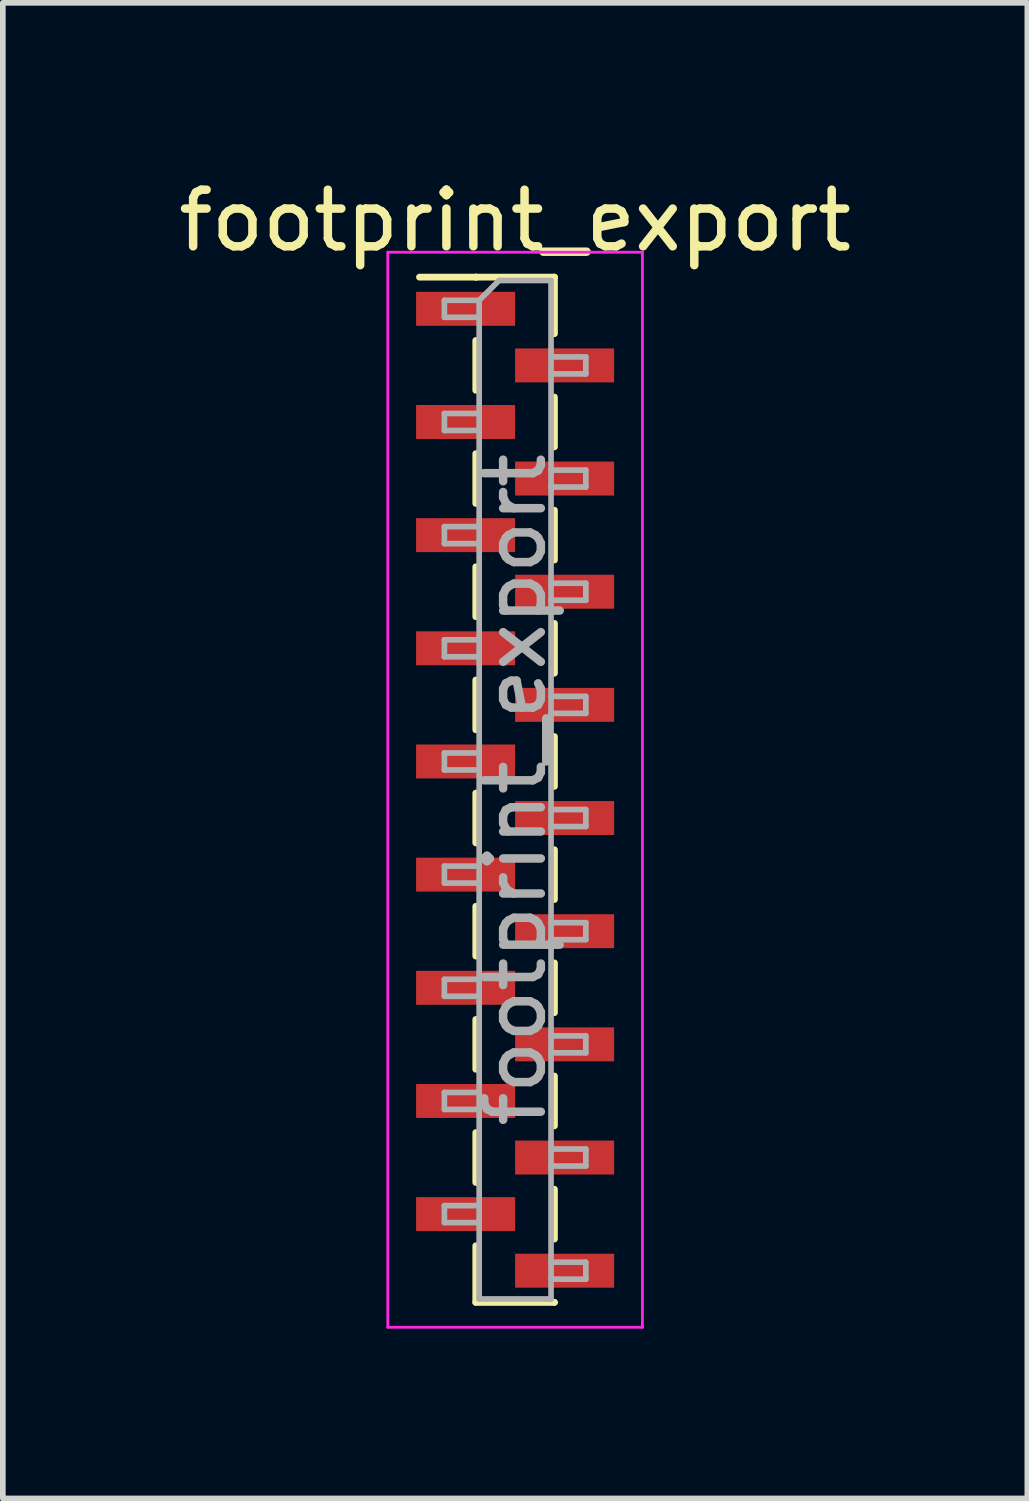
<source format=kicad_pcb>
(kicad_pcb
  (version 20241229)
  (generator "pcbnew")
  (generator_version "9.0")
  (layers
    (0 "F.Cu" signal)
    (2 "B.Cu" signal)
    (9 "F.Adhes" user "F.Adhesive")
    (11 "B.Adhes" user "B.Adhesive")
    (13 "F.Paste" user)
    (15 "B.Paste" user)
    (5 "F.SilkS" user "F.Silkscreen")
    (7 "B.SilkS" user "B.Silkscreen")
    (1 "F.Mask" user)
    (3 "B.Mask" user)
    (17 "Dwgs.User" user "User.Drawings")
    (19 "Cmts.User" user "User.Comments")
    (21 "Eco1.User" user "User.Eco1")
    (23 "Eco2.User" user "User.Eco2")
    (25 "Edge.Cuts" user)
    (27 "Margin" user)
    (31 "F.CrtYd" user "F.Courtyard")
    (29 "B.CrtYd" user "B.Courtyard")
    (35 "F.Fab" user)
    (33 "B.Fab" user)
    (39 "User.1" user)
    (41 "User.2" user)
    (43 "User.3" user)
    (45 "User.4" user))
  (footprint "footprint_export"
    (layer "F.Cu")
    (at 6.054 10.908)
    (property "Reference" "footprint_export" (at 0 -10.06 0) (layer "F.SilkS") (effects (font (size 1 1) (thickness 0.15))))
    (attr smd)
    (fp_line (start -0.695 -9.06) (end -1.69 -9.06) (stroke (width 0.12) (type solid)) (layer "F.SilkS"))
    (fp_line (start -0.695 -9.06) (end -0.695 -9.06) (stroke (width 0.12) (type solid)) (layer "F.SilkS"))
    (fp_line (start -0.695 -9.06) (end 0.695 -9.06) (stroke (width 0.12) (type solid)) (layer "F.SilkS"))
    (fp_line (start -0.695 -7.94) (end -0.695 -7.06) (stroke (width 0.12) (type solid)) (layer "F.SilkS"))
    (fp_line (start -0.695 -5.94) (end -0.695 -5.06) (stroke (width 0.12) (type solid)) (layer "F.SilkS"))
    (fp_line (start -0.695 -3.94) (end -0.695 -3.06) (stroke (width 0.12) (type solid)) (layer "F.SilkS"))
    (fp_line (start -0.695 -1.94) (end -0.695 -1.06) (stroke (width 0.12) (type solid)) (layer "F.SilkS"))
    (fp_line (start -0.695 0.06) (end -0.695 0.94) (stroke (width 0.12) (type solid)) (layer "F.SilkS"))
    (fp_line (start -0.695 2.06) (end -0.695 2.94) (stroke (width 0.12) (type solid)) (layer "F.SilkS"))
    (fp_line (start -0.695 4.06) (end -0.695 4.94) (stroke (width 0.12) (type solid)) (layer "F.SilkS"))
    (fp_line (start -0.695 6.06) (end -0.695 6.94) (stroke (width 0.12) (type solid)) (layer "F.SilkS"))
    (fp_line (start -0.695 8.06) (end -0.695 9.06) (stroke (width 0.12) (type solid)) (layer "F.SilkS"))
    (fp_line (start -0.695 9.06) (end 0.695 9.06) (stroke (width 0.12) (type solid)) (layer "F.SilkS"))
    (fp_line (start 0.695 -9.06) (end 0.695 -8.06) (stroke (width 0.12) (type solid)) (layer "F.SilkS"))
    (fp_line (start 0.695 -6.94) (end 0.695 -6.06) (stroke (width 0.12) (type solid)) (layer "F.SilkS"))
    (fp_line (start 0.695 -4.94) (end 0.695 -4.06) (stroke (width 0.12) (type solid)) (layer "F.SilkS"))
    (fp_line (start 0.695 -2.94) (end 0.695 -2.06) (stroke (width 0.12) (type solid)) (layer "F.SilkS"))
    (fp_line (start 0.695 -0.94) (end 0.695 -0.06) (stroke (width 0.12) (type solid)) (layer "F.SilkS"))
    (fp_line (start 0.695 1.06) (end 0.695 1.94) (stroke (width 0.12) (type solid)) (layer "F.SilkS"))
    (fp_line (start 0.695 3.06) (end 0.695 3.94) (stroke (width 0.12) (type solid)) (layer "F.SilkS"))
    (fp_line (start 0.695 5.06) (end 0.695 5.94) (stroke (width 0.12) (type solid)) (layer "F.SilkS"))
    (fp_line (start 0.695 7.06) (end 0.695 7.94) (stroke (width 0.12) (type solid)) (layer "F.SilkS"))
    (fp_line (start 0.695 9.06) (end 0.695 9.06) (stroke (width 0.12) (type solid)) (layer "F.SilkS"))
    (fp_line (start -2.25 -9.5) (end -2.25 9.5) (stroke (width 0.05) (type solid)) (layer "F.CrtYd"))
    (fp_line (start -2.25 9.5) (end 2.25 9.5) (stroke (width 0.05) (type solid)) (layer "F.CrtYd"))
    (fp_line (start 2.25 -9.5) (end -2.25 -9.5) (stroke (width 0.05) (type solid)) (layer "F.CrtYd"))
    (fp_line (start 2.25 9.5) (end 2.25 -9.5) (stroke (width 0.05) (type solid)) (layer "F.CrtYd"))
    (fp_line (start -1.25 -8.65) (end -1.25 -8.35) (stroke (width 0.1) (type solid)) (layer "F.Fab"))
    (fp_line (start -1.25 -8.35) (end -0.635 -8.35) (stroke (width 0.1) (type solid)) (layer "F.Fab"))
    (fp_line (start -1.25 -6.65) (end -1.25 -6.35) (stroke (width 0.1) (type solid)) (layer "F.Fab"))
    (fp_line (start -1.25 -6.35) (end -0.635 -6.35) (stroke (width 0.1) (type solid)) (layer "F.Fab"))
    (fp_line (start -1.25 -4.65) (end -1.25 -4.35) (stroke (width 0.1) (type solid)) (layer "F.Fab"))
    (fp_line (start -1.25 -4.35) (end -0.635 -4.35) (stroke (width 0.1) (type solid)) (layer "F.Fab"))
    (fp_line (start -1.25 -2.65) (end -1.25 -2.35) (stroke (width 0.1) (type solid)) (layer "F.Fab"))
    (fp_line (start -1.25 -2.35) (end -0.635 -2.35) (stroke (width 0.1) (type solid)) (layer "F.Fab"))
    (fp_line (start -1.25 -0.65) (end -1.25 -0.35) (stroke (width 0.1) (type solid)) (layer "F.Fab"))
    (fp_line (start -1.25 -0.35) (end -0.635 -0.35) (stroke (width 0.1) (type solid)) (layer "F.Fab"))
    (fp_line (start -1.25 1.35) (end -1.25 1.65) (stroke (width 0.1) (type solid)) (layer "F.Fab"))
    (fp_line (start -1.25 1.65) (end -0.635 1.65) (stroke (width 0.1) (type solid)) (layer "F.Fab"))
    (fp_line (start -1.25 3.35) (end -1.25 3.65) (stroke (width 0.1) (type solid)) (layer "F.Fab"))
    (fp_line (start -1.25 3.65) (end -0.635 3.65) (stroke (width 0.1) (type solid)) (layer "F.Fab"))
    (fp_line (start -1.25 5.35) (end -1.25 5.65) (stroke (width 0.1) (type solid)) (layer "F.Fab"))
    (fp_line (start -1.25 5.65) (end -0.635 5.65) (stroke (width 0.1) (type solid)) (layer "F.Fab"))
    (fp_line (start -1.25 7.35) (end -1.25 7.65) (stroke (width 0.1) (type solid)) (layer "F.Fab"))
    (fp_line (start -1.25 7.65) (end -0.635 7.65) (stroke (width 0.1) (type solid)) (layer "F.Fab"))
    (fp_line (start -0.635 -8.65) (end -1.25 -8.65) (stroke (width 0.1) (type solid)) (layer "F.Fab"))
    (fp_line (start -0.635 -8.65) (end -0.285 -9) (stroke (width 0.1) (type solid)) (layer "F.Fab"))
    (fp_line (start -0.635 -6.65) (end -1.25 -6.65) (stroke (width 0.1) (type solid)) (layer "F.Fab"))
    (fp_line (start -0.635 -4.65) (end -1.25 -4.65) (stroke (width 0.1) (type solid)) (layer "F.Fab"))
    (fp_line (start -0.635 -2.65) (end -1.25 -2.65) (stroke (width 0.1) (type solid)) (layer "F.Fab"))
    (fp_line (start -0.635 -0.65) (end -1.25 -0.65) (stroke (width 0.1) (type solid)) (layer "F.Fab"))
    (fp_line (start -0.635 1.35) (end -1.25 1.35) (stroke (width 0.1) (type solid)) (layer "F.Fab"))
    (fp_line (start -0.635 3.35) (end -1.25 3.35) (stroke (width 0.1) (type solid)) (layer "F.Fab"))
    (fp_line (start -0.635 5.35) (end -1.25 5.35) (stroke (width 0.1) (type solid)) (layer "F.Fab"))
    (fp_line (start -0.635 7.35) (end -1.25 7.35) (stroke (width 0.1) (type solid)) (layer "F.Fab"))
    (fp_line (start -0.635 9) (end -0.635 -8.65) (stroke (width 0.1) (type solid)) (layer "F.Fab"))
    (fp_line (start -0.285 -9) (end 0.635 -9) (stroke (width 0.1) (type solid)) (layer "F.Fab"))
    (fp_line (start 0.635 -9) (end 0.635 9) (stroke (width 0.1) (type solid)) (layer "F.Fab"))
    (fp_line (start 0.635 -7.65) (end 1.25 -7.65) (stroke (width 0.1) (type solid)) (layer "F.Fab"))
    (fp_line (start 0.635 -5.65) (end 1.25 -5.65) (stroke (width 0.1) (type solid)) (layer "F.Fab"))
    (fp_line (start 0.635 -3.65) (end 1.25 -3.65) (stroke (width 0.1) (type solid)) (layer "F.Fab"))
    (fp_line (start 0.635 -1.65) (end 1.25 -1.65) (stroke (width 0.1) (type solid)) (layer "F.Fab"))
    (fp_line (start 0.635 0.35) (end 1.25 0.35) (stroke (width 0.1) (type solid)) (layer "F.Fab"))
    (fp_line (start 0.635 2.35) (end 1.25 2.35) (stroke (width 0.1) (type solid)) (layer "F.Fab"))
    (fp_line (start 0.635 4.35) (end 1.25 4.35) (stroke (width 0.1) (type solid)) (layer "F.Fab"))
    (fp_line (start 0.635 6.35) (end 1.25 6.35) (stroke (width 0.1) (type solid)) (layer "F.Fab"))
    (fp_line (start 0.635 8.35) (end 1.25 8.35) (stroke (width 0.1) (type solid)) (layer "F.Fab"))
    (fp_line (start 0.635 9) (end -0.635 9) (stroke (width 0.1) (type solid)) (layer "F.Fab"))
    (fp_line (start 1.25 -7.65) (end 1.25 -7.35) (stroke (width 0.1) (type solid)) (layer "F.Fab"))
    (fp_line (start 1.25 -7.35) (end 0.635 -7.35) (stroke (width 0.1) (type solid)) (layer "F.Fab"))
    (fp_line (start 1.25 -5.65) (end 1.25 -5.35) (stroke (width 0.1) (type solid)) (layer "F.Fab"))
    (fp_line (start 1.25 -5.35) (end 0.635 -5.35) (stroke (width 0.1) (type solid)) (layer "F.Fab"))
    (fp_line (start 1.25 -3.65) (end 1.25 -3.35) (stroke (width 0.1) (type solid)) (layer "F.Fab"))
    (fp_line (start 1.25 -3.35) (end 0.635 -3.35) (stroke (width 0.1) (type solid)) (layer "F.Fab"))
    (fp_line (start 1.25 -1.65) (end 1.25 -1.35) (stroke (width 0.1) (type solid)) (layer "F.Fab"))
    (fp_line (start 1.25 -1.35) (end 0.635 -1.35) (stroke (width 0.1) (type solid)) (layer "F.Fab"))
    (fp_line (start 1.25 0.35) (end 1.25 0.65) (stroke (width 0.1) (type solid)) (layer "F.Fab"))
    (fp_line (start 1.25 0.65) (end 0.635 0.65) (stroke (width 0.1) (type solid)) (layer "F.Fab"))
    (fp_line (start 1.25 2.35) (end 1.25 2.65) (stroke (width 0.1) (type solid)) (layer "F.Fab"))
    (fp_line (start 1.25 2.65) (end 0.635 2.65) (stroke (width 0.1) (type solid)) (layer "F.Fab"))
    (fp_line (start 1.25 4.35) (end 1.25 4.65) (stroke (width 0.1) (type solid)) (layer "F.Fab"))
    (fp_line (start 1.25 4.65) (end 0.635 4.65) (stroke (width 0.1) (type solid)) (layer "F.Fab"))
    (fp_line (start 1.25 6.35) (end 1.25 6.65) (stroke (width 0.1) (type solid)) (layer "F.Fab"))
    (fp_line (start 1.25 6.65) (end 0.635 6.65) (stroke (width 0.1) (type solid)) (layer "F.Fab"))
    (fp_line (start 1.25 8.35) (end 1.25 8.65) (stroke (width 0.1) (type solid)) (layer "F.Fab"))
    (fp_line (start 1.25 8.65) (end 0.635 8.65) (stroke (width 0.1) (type solid)) (layer "F.Fab"))
    (fp_text user "${REFERENCE}" (at 0 0 90) (layer "F.Fab") (effects (font (size 1 1) (thickness 0.15))))
    (pad "1" smd rect (at -0.875 -8.5) (size 1.75 0.6) (layers "F.Cu" "F.Mask" "F.Paste"))
    (pad "2" smd rect (at 0.875 -7.5) (size 1.75 0.6) (layers "F.Cu" "F.Mask" "F.Paste"))
    (pad "3" smd rect (at -0.875 -6.5) (size 1.75 0.6) (layers "F.Cu" "F.Mask" "F.Paste"))
    (pad "4" smd rect (at 0.875 -5.5) (size 1.75 0.6) (layers "F.Cu" "F.Mask" "F.Paste"))
    (pad "5" smd rect (at -0.875 -4.5) (size 1.75 0.6) (layers "F.Cu" "F.Mask" "F.Paste"))
    (pad "6" smd rect (at 0.875 -3.5) (size 1.75 0.6) (layers "F.Cu" "F.Mask" "F.Paste"))
    (pad "7" smd rect (at -0.875 -2.5) (size 1.75 0.6) (layers "F.Cu" "F.Mask" "F.Paste"))
    (pad "8" smd rect (at 0.875 -1.5) (size 1.75 0.6) (layers "F.Cu" "F.Mask" "F.Paste"))
    (pad "9" smd rect (at -0.875 -0.5) (size 1.75 0.6) (layers "F.Cu" "F.Mask" "F.Paste"))
    (pad "10" smd rect (at 0.875 0.5) (size 1.75 0.6) (layers "F.Cu" "F.Mask" "F.Paste"))
    (pad "11" smd rect (at -0.875 1.5) (size 1.75 0.6) (layers "F.Cu" "F.Mask" "F.Paste"))
    (pad "12" smd rect (at 0.875 2.5) (size 1.75 0.6) (layers "F.Cu" "F.Mask" "F.Paste"))
    (pad "13" smd rect (at -0.875 3.5) (size 1.75 0.6) (layers "F.Cu" "F.Mask" "F.Paste"))
    (pad "14" smd rect (at 0.875 4.5) (size 1.75 0.6) (layers "F.Cu" "F.Mask" "F.Paste"))
    (pad "15" smd rect (at -0.875 5.5) (size 1.75 0.6) (layers "F.Cu" "F.Mask" "F.Paste"))
    (pad "16" smd rect (at 0.875 6.5) (size 1.75 0.6) (layers "F.Cu" "F.Mask" "F.Paste"))
    (pad "17" smd rect (at -0.875 7.5) (size 1.75 0.6) (layers "F.Cu" "F.Mask" "F.Paste"))
    (pad "18" smd rect (at 0.875 8.5) (size 1.75 0.6) (layers "F.Cu" "F.Mask" "F.Paste")))
  (gr_rect
    (start -3 -3)
    (end 15.107 23.433)
    (stroke (width 0.1) (type default))
    (fill no)
    (layer "Edge.Cuts")))
</source>
